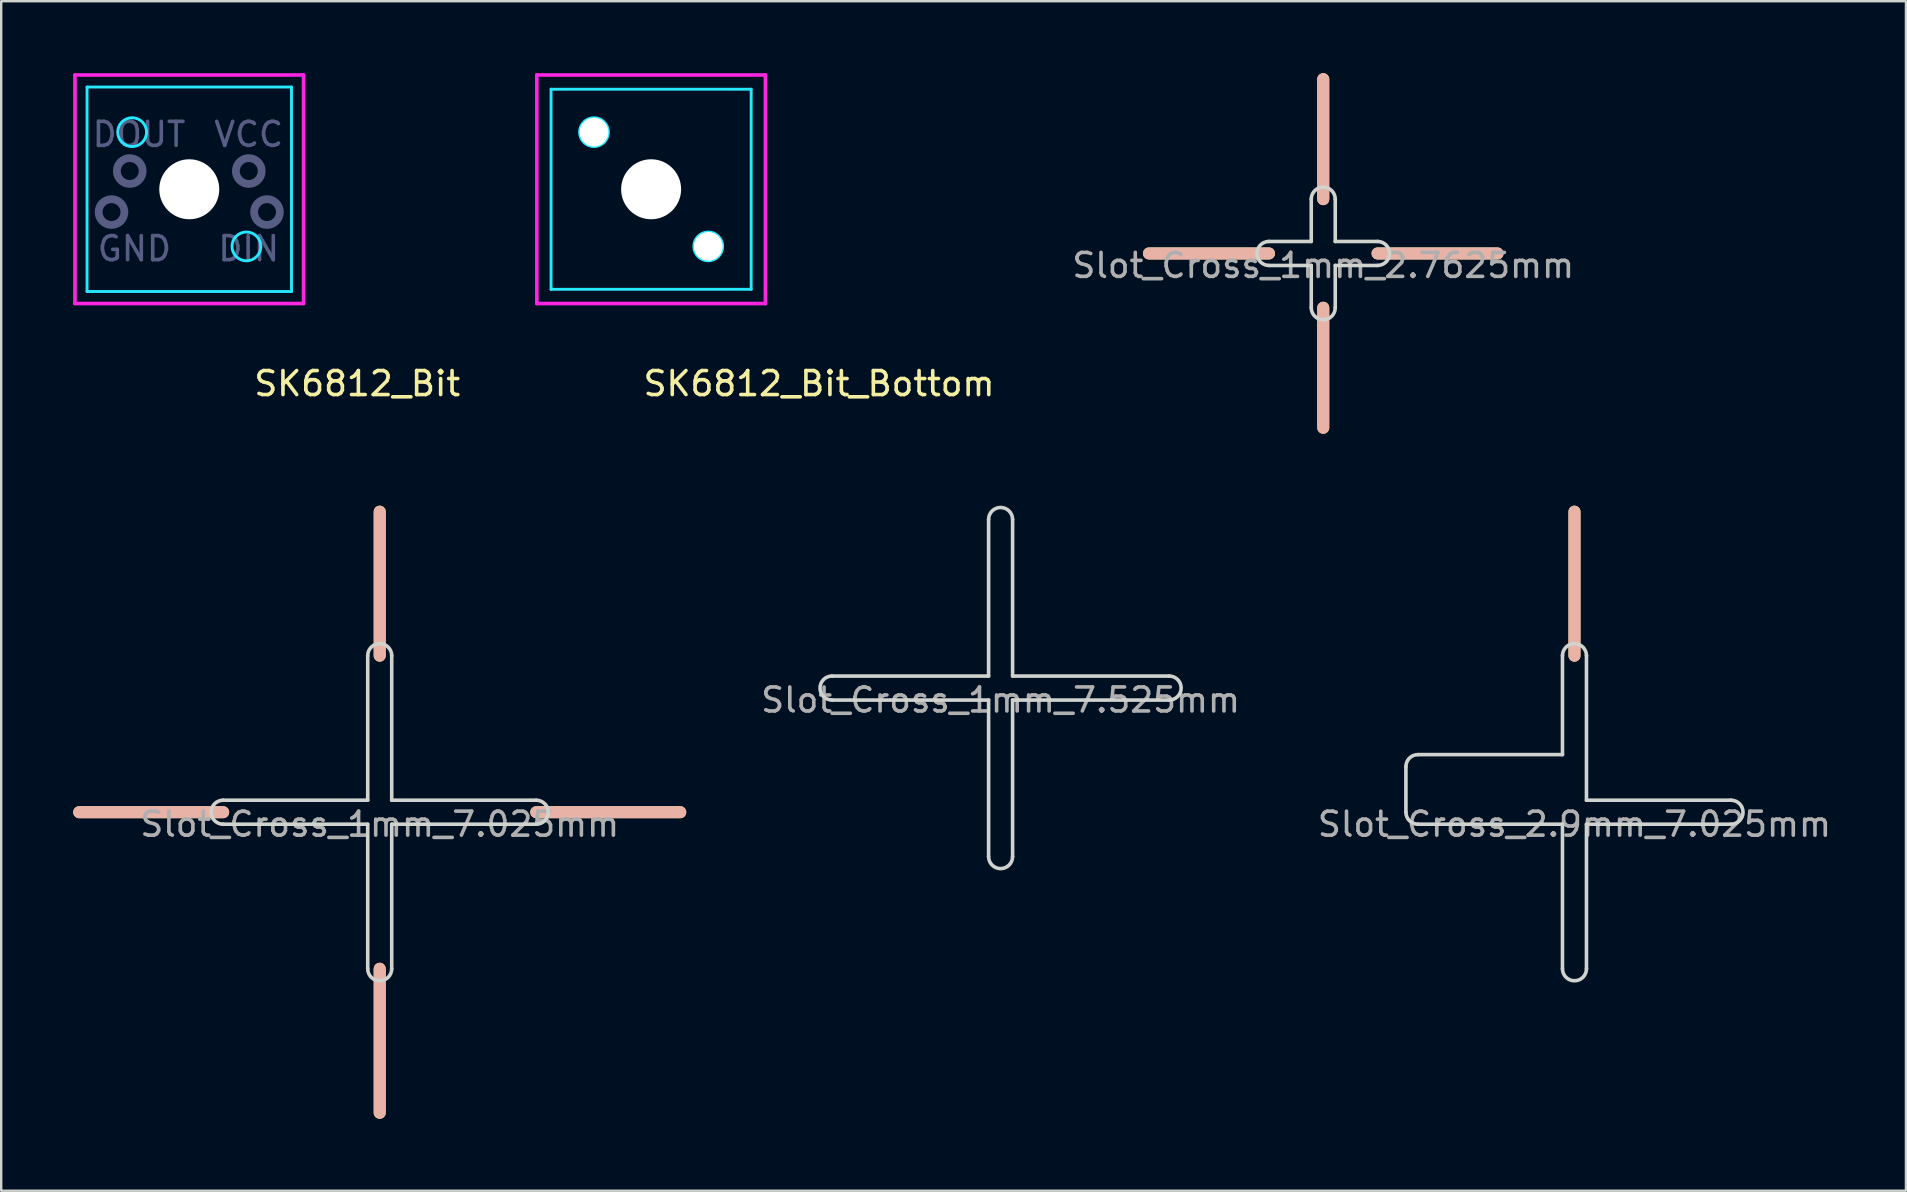
<source format=kicad_pcb>
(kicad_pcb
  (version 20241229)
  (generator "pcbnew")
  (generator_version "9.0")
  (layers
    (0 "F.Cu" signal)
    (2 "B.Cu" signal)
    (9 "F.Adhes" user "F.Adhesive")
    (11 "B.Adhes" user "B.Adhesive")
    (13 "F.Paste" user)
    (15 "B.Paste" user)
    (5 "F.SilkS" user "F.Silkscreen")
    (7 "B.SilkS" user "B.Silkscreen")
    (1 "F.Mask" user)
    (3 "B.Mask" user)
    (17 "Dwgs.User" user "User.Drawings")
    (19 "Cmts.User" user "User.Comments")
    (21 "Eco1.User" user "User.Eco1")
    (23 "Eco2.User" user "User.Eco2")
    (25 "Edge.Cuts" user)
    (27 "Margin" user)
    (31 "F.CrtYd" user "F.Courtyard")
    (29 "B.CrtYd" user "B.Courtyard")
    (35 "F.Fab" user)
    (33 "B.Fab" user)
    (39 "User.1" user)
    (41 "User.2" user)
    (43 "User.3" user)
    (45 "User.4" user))
  (footprint "SK6812_Bit"
    (layer "F.Cu")
    (at 4.838 4.838)
    (property "Reference" "SK6812_Bit" (at 7 8.1 0) (layer "F.SilkS") (effects (font (size 1 1) (thickness 0.15))))
    (attr through_hole)
    (fp_line (start -4.26 -4.26) (end 4.26 -4.26) (stroke (width 0.12) (type solid)) (layer "B.CrtYd"))
    (fp_line (start -4.26 4.26) (end -4.26 -4.26) (stroke (width 0.12) (type solid)) (layer "B.CrtYd"))
    (fp_line (start 4.26 -4.26) (end 4.26 4.26) (stroke (width 0.12) (type solid)) (layer "B.CrtYd"))
    (fp_line (start 4.26 4.26) (end -4.26 4.26) (stroke (width 0.12) (type solid)) (layer "B.CrtYd"))
    (fp_circle (center -2.381 -2.381) (end -1.781 -2.381) (stroke (width 0.12) (type solid)) (fill no) (layer "B.CrtYd"))
    (fp_circle (center 2.381 2.381) (end 2.981 2.381) (stroke (width 0.12) (type solid)) (fill no) (layer "B.CrtYd"))
    (fp_line (start -4.763 -4.763) (end -4.763 4.763) (stroke (width 0.15) (type solid)) (layer "F.CrtYd"))
    (fp_line (start -4.763 4.763) (end 4.763 4.763) (stroke (width 0.15) (type solid)) (layer "F.CrtYd"))
    (fp_line (start 4.763 -4.763) (end -4.763 -4.763) (stroke (width 0.15) (type solid)) (layer "F.CrtYd"))
    (fp_line (start 4.763 4.763) (end 4.763 -4.763) (stroke (width 0.15) (type solid)) (layer "F.CrtYd"))
    (fp_circle (center -3.24 0.95) (end -2.703 0.95) (stroke (width 0.325) (type solid)) (fill no) (layer "B.Fab"))
    (fp_circle (center -2.48 -0.76) (end -1.942 -0.76) (stroke (width 0.325) (type solid)) (fill no) (layer "B.Fab"))
    (fp_circle (center 2.48 -0.76) (end 3.018 -0.76) (stroke (width 0.325) (type solid)) (fill no) (layer "B.Fab"))
    (fp_circle (center 3.24 0.95) (end 3.777 0.95) (stroke (width 0.325) (type solid)) (fill no) (layer "B.Fab"))
    (fp_text user "DIN" (at 2.477 2.477 0) (layer "B.Fab") (effects (font (size 1 1) (thickness 0.15))))
    (fp_text user "VCC" (at 2.477 -2.286 0) (layer "B.Fab") (effects (font (size 1 1) (thickness 0.15))))
    (fp_text user "GND" (at -2.286 2.477 0) (layer "B.Fab") (effects (font (size 1 1) (thickness 0.15))))
    (fp_text user "DOUT" (at -2.095 -2.286 0) (layer "B.Fab") (effects (font (size 1 1) (thickness 0.15))))
    (pad "" np_thru_hole circle (at 0 0) (size 2.5 2.5) (drill 2.5) (layers "*.Cu" "*.Mask")))
  (footprint "SK6812_Bit_Bottom"
    (layer "F.Cu")
    (at 24.086 4.838)
    (property "Reference" "SK6812_Bit_Bottom" (at 7 8.1 0) (layer "F.SilkS") (effects (font (size 1 1) (thickness 0.15))))
    (attr through_hole)
    (fp_line (start -4.17 -4.17) (end 4.17 -4.17) (stroke (width 0.12) (type solid)) (layer "B.CrtYd"))
    (fp_line (start -4.17 4.17) (end -4.17 -4.17) (stroke (width 0.12) (type solid)) (layer "B.CrtYd"))
    (fp_line (start 4.17 -4.17) (end 4.17 4.17) (stroke (width 0.12) (type solid)) (layer "B.CrtYd"))
    (fp_line (start 4.17 4.17) (end -4.17 4.17) (stroke (width 0.12) (type solid)) (layer "B.CrtYd"))
    (fp_circle (center -2.381 -2.381) (end -1.781 -2.381) (stroke (width 0.12) (type solid)) (fill no) (layer "B.CrtYd"))
    (fp_circle (center 2.381 2.381) (end 2.981 2.381) (stroke (width 0.12) (type solid)) (fill no) (layer "B.CrtYd"))
    (fp_line (start -4.763 -4.763) (end -4.763 4.763) (stroke (width 0.15) (type solid)) (layer "F.CrtYd"))
    (fp_line (start -4.763 4.763) (end 4.763 4.763) (stroke (width 0.15) (type solid)) (layer "F.CrtYd"))
    (fp_line (start 4.763 -4.763) (end -4.763 -4.763) (stroke (width 0.15) (type solid)) (layer "F.CrtYd"))
    (fp_line (start 4.763 4.763) (end 4.763 -4.763) (stroke (width 0.15) (type solid)) (layer "F.CrtYd"))
    (pad "" np_thru_hole circle (at -2.381 -2.381) (size 1.2 1.2) (drill 1.2) (layers "*.Cu" "*.Mask"))
    (pad "" np_thru_hole circle (at 0 0) (size 2.5 2.5) (drill 2.5) (layers "*.Cu" "*.Mask"))
    (pad "" np_thru_hole circle (at 2.381 2.381) (size 1.2 1.2) (drill 1.2) (layers "*.Cu" "*.Mask")))
  (footprint "Slot_Cross_1mm_7.525mm"
    (layer "F.Cu")
    (at 38.651 25.625)
    (property "Reference" "Slot_Cross_1mm_7.525mm" (at 0 0.5 0) (layer "F.Fab") (effects (font (size 1 1) (thickness 0.15))))
    (attr through_hole)
    (fp_line (start -7.025 -0.5) (end -0.5 -0.5) (stroke (width 0.15) (type solid)) (layer "Edge.Cuts"))
    (fp_line (start -0.5 -0.5) (end -0.5 -7.025) (stroke (width 0.15) (type solid)) (layer "Edge.Cuts"))
    (fp_line (start -0.5 0.5) (end -7.025 0.5) (stroke (width 0.15) (type solid)) (layer "Edge.Cuts"))
    (fp_line (start -0.5 7.025) (end -0.5 0.5) (stroke (width 0.15) (type solid)) (layer "Edge.Cuts"))
    (fp_line (start 0.5 -7.025) (end 0.5 -0.5) (stroke (width 0.15) (type solid)) (layer "Edge.Cuts"))
    (fp_line (start 0.5 -0.5) (end 7.025 -0.5) (stroke (width 0.15) (type solid)) (layer "Edge.Cuts"))
    (fp_line (start 0.5 0.5) (end 0.5 7.025) (stroke (width 0.15) (type solid)) (layer "Edge.Cuts"))
    (fp_line (start 7.025 0.5) (end 0.5 0.5) (stroke (width 0.15) (type solid)) (layer "Edge.Cuts"))
    (fp_arc (start -7.025 0.5) (mid -7.525 0) (end -7.025 -0.5) (stroke (width 0.15) (type solid)) (layer "Edge.Cuts"))
    (fp_arc (start -0.5 -7.025) (mid 0 -7.525) (end 0.5 -7.025) (stroke (width 0.15) (type solid)) (layer "Edge.Cuts"))
    (fp_arc (start 0.5 7.025) (mid 0 7.525) (end -0.5 7.025) (stroke (width 0.15) (type solid)) (layer "Edge.Cuts"))
    (fp_arc (start 7.025 -0.5) (mid 7.525 0) (end 7.025 0.5) (stroke (width 0.15) (type solid)) (layer "Edge.Cuts")))
  (footprint "Slot_Cross_1mm_7.025mm"
    (layer "F.Cu")
    (at 12.775 30.8)
    (property "Reference" "Slot_Cross_1mm_7.025mm" (at 0 0.5 0) (layer "F.Fab") (effects (font (size 1 1) (thickness 0.15))))
    (attr through_hole)
    (fp_line (start -6.525 0) (end -12.525 0) (stroke (width 0.5) (type solid)) (layer "F.SilkS"))
    (fp_line (start 0 -6.525) (end 0 -12.525) (stroke (width 0.5) (type solid)) (layer "F.SilkS"))
    (fp_line (start 0 6.525) (end 0 12.525) (stroke (width 0.5) (type solid)) (layer "F.SilkS"))
    (fp_line (start 6.525 0) (end 12.525 0) (stroke (width 0.5) (type solid)) (layer "F.SilkS"))
    (fp_line (start -6.525 0) (end -12.525 0) (stroke (width 0.5) (type solid)) (layer "B.SilkS"))
    (fp_line (start 0 -6.525) (end 0 -12.525) (stroke (width 0.5) (type solid)) (layer "B.SilkS"))
    (fp_line (start 0 6.525) (end 0 12.525) (stroke (width 0.5) (type solid)) (layer "B.SilkS"))
    (fp_line (start 6.525 0) (end 12.525 0) (stroke (width 0.5) (type solid)) (layer "B.SilkS"))
    (fp_line (start -6.525 -0.5) (end -0.5 -0.5) (stroke (width 0.15) (type solid)) (layer "Edge.Cuts"))
    (fp_line (start -0.5 -0.5) (end -0.5 -6.525) (stroke (width 0.15) (type solid)) (layer "Edge.Cuts"))
    (fp_line (start -0.5 0.5) (end -6.525 0.5) (stroke (width 0.15) (type solid)) (layer "Edge.Cuts"))
    (fp_line (start -0.5 6.525) (end -0.5 0.5) (stroke (width 0.15) (type solid)) (layer "Edge.Cuts"))
    (fp_line (start 0.5 -6.525) (end 0.5 -0.5) (stroke (width 0.15) (type solid)) (layer "Edge.Cuts"))
    (fp_line (start 0.5 -0.5) (end 6.525 -0.5) (stroke (width 0.15) (type solid)) (layer "Edge.Cuts"))
    (fp_line (start 0.5 0.5) (end 0.5 6.525) (stroke (width 0.15) (type solid)) (layer "Edge.Cuts"))
    (fp_line (start 6.525 0.5) (end 0.5 0.5) (stroke (width 0.15) (type solid)) (layer "Edge.Cuts"))
    (fp_arc (start -6.525 0.5) (mid -7.025 0) (end -6.525 -0.5) (stroke (width 0.15) (type solid)) (layer "Edge.Cuts"))
    (fp_arc (start -0.5 -6.525) (mid 0 -7.025) (end 0.5 -6.525) (stroke (width 0.15) (type solid)) (layer "Edge.Cuts"))
    (fp_arc (start 0.5 6.525) (mid 0 7.025) (end -0.5 6.525) (stroke (width 0.15) (type solid)) (layer "Edge.Cuts"))
    (fp_arc (start 6.525 -0.5) (mid 7.025 0) (end 6.525 0.5) (stroke (width 0.15) (type solid)) (layer "Edge.Cuts")))
  (footprint "Slot_Cross_2.9mm_7.025mm"
    (layer "F.Cu")
    (at 62.568 30.8)
    (property "Reference" "Slot_Cross_2.9mm_7.025mm" (at 0 0.5 0) (layer "F.Fab") (effects (font (size 1 1) (thickness 0.15))))
    (attr through_hole)
    (fp_line (start 0 -6.525) (end 0 -12.525) (stroke (width 0.5) (type solid)) (layer "F.SilkS"))
    (fp_line (start 0 -6.525) (end 0 -12.525) (stroke (width 0.5) (type solid)) (layer "B.SilkS"))
    (fp_line (start -7.025 0) (end -7.025 -1.9) (stroke (width 0.15) (type solid)) (layer "Edge.Cuts"))
    (fp_line (start -6.525 -2.4) (end -0.5 -2.4) (stroke (width 0.15) (type solid)) (layer "Edge.Cuts"))
    (fp_line (start -0.5 -2.4) (end -0.5 -6.525) (stroke (width 0.15) (type solid)) (layer "Edge.Cuts"))
    (fp_line (start -0.5 0.5) (end -6.525 0.5) (stroke (width 0.15) (type solid)) (layer "Edge.Cuts"))
    (fp_line (start -0.5 6.525) (end -0.5 0.5) (stroke (width 0.15) (type solid)) (layer "Edge.Cuts"))
    (fp_line (start 0.5 -6.525) (end 0.5 -0.5) (stroke (width 0.15) (type solid)) (layer "Edge.Cuts"))
    (fp_line (start 0.5 -0.5) (end 6.525 -0.5) (stroke (width 0.15) (type solid)) (layer "Edge.Cuts"))
    (fp_line (start 0.5 0.5) (end 0.5 6.525) (stroke (width 0.15) (type solid)) (layer "Edge.Cuts"))
    (fp_line (start 6.525 0.5) (end 0.5 0.5) (stroke (width 0.15) (type solid)) (layer "Edge.Cuts"))
    (fp_arc (start -7.025 -1.9) (mid -6.878553 -2.253553) (end -6.525 -2.4) (stroke (width 0.15) (type solid)) (layer "Edge.Cuts"))
    (fp_arc (start -6.525 0.5) (mid -6.878553 0.353553) (end -7.025 0) (stroke (width 0.15) (type solid)) (layer "Edge.Cuts"))
    (fp_arc (start -0.5 -6.525) (mid 0 -7.025) (end 0.5 -6.525) (stroke (width 0.15) (type solid)) (layer "Edge.Cuts"))
    (fp_arc (start 0.5 6.525) (mid 0 7.025) (end -0.5 6.525) (stroke (width 0.15) (type solid)) (layer "Edge.Cuts"))
    (fp_arc (start 6.525 -0.5) (mid 7.025 0) (end 6.525 0.5) (stroke (width 0.15) (type solid)) (layer "Edge.Cuts")))
  (footprint "Slot_Cross_1mm_2.7625mm"
    (layer "F.Cu")
    (at 52.098 7.513)
    (property "Reference" "Slot_Cross_1mm_2.7625mm" (at 0 0.5 0) (layer "F.Fab") (effects (font (size 1 1) (thickness 0.15))))
    (attr through_hole)
    (fp_line (start -2.263 0) (end -7.263 0) (stroke (width 0.5) (type solid)) (layer "F.SilkS"))
    (fp_line (start 0 -2.263) (end 0 -7.263) (stroke (width 0.5) (type solid)) (layer "F.SilkS"))
    (fp_line (start 0 2.263) (end 0 7.263) (stroke (width 0.5) (type solid)) (layer "F.SilkS"))
    (fp_line (start 2.263 0) (end 7.263 0) (stroke (width 0.5) (type solid)) (layer "F.SilkS"))
    (fp_line (start -2.263 0) (end -7.263 0) (stroke (width 0.5) (type solid)) (layer "B.SilkS"))
    (fp_line (start 0 -2.263) (end 0 -7.263) (stroke (width 0.5) (type solid)) (layer "B.SilkS"))
    (fp_line (start 0 2.263) (end 0 7.263) (stroke (width 0.5) (type solid)) (layer "B.SilkS"))
    (fp_line (start 2.263 0) (end 7.263 0) (stroke (width 0.5) (type solid)) (layer "B.SilkS"))
    (fp_line (start -2.263 0.5) (end -0.5 0.5) (stroke (width 0.15) (type solid)) (layer "Edge.Cuts"))
    (fp_line (start -0.5 -2.263) (end -0.5 -0.5) (stroke (width 0.15) (type solid)) (layer "Edge.Cuts"))
    (fp_line (start -0.5 -0.5) (end -2.263 -0.5) (stroke (width 0.15) (type solid)) (layer "Edge.Cuts"))
    (fp_line (start -0.5 0.5) (end -0.5 2.263) (stroke (width 0.15) (type solid)) (layer "Edge.Cuts"))
    (fp_line (start 0.5 -0.5) (end 0.5 -2.263) (stroke (width 0.15) (type solid)) (layer "Edge.Cuts"))
    (fp_line (start 0.5 0.5) (end 2.263 0.5) (stroke (width 0.15) (type solid)) (layer "Edge.Cuts"))
    (fp_line (start 0.5 2.263) (end 0.5 0.5) (stroke (width 0.15) (type solid)) (layer "Edge.Cuts"))
    (fp_line (start 2.263 -0.5) (end 0.5 -0.5) (stroke (width 0.15) (type solid)) (layer "Edge.Cuts"))
    (fp_arc (start -2.2625 0.5) (mid -2.7625 0) (end -2.2625 -0.5) (stroke (width 0.15) (type solid)) (layer "Edge.Cuts"))
    (fp_arc (start -0.5 -2.2625) (mid 0 -2.7625) (end 0.5 -2.2625) (stroke (width 0.15) (type solid)) (layer "Edge.Cuts"))
    (fp_arc (start 0.5 2.2625) (mid 0 2.7625) (end -0.5 2.2625) (stroke (width 0.15) (type solid)) (layer "Edge.Cuts"))
    (fp_arc (start 2.2625 -0.5) (mid 2.7625 0) (end 2.2625 0.5) (stroke (width 0.15) (type solid)) (layer "Edge.Cuts")))
  (gr_rect
    (start -3 -3)
    (end 76.383 46.575)
    (stroke (width 0.1) (type default))
    (fill no)
    (layer "Edge.Cuts")))
</source>
